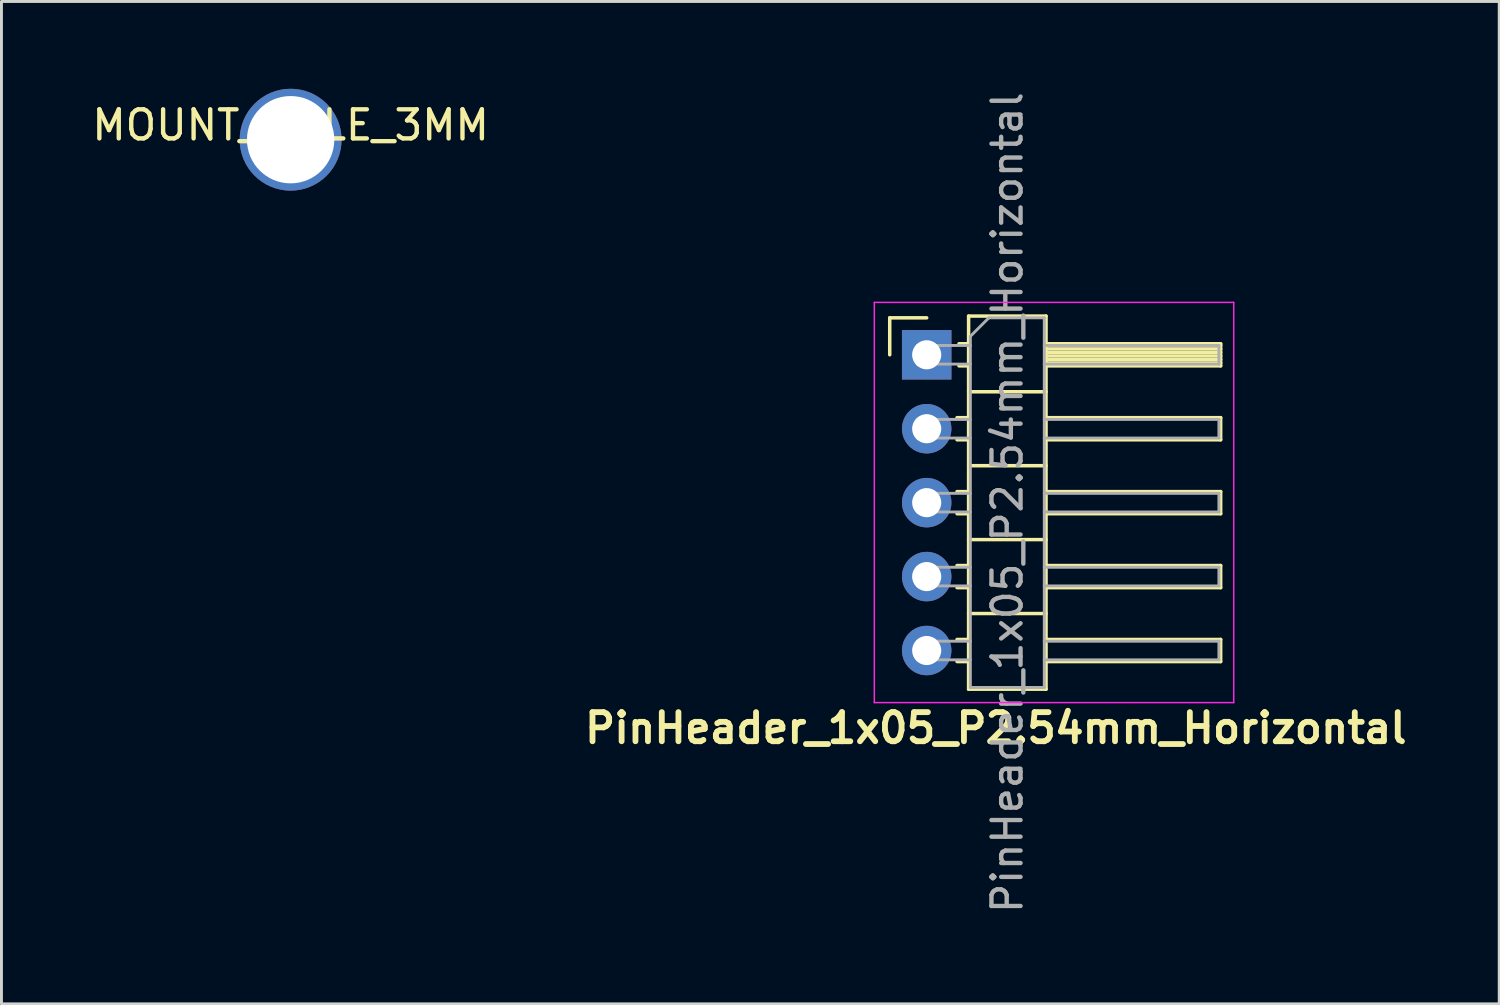
<source format=kicad_pcb>
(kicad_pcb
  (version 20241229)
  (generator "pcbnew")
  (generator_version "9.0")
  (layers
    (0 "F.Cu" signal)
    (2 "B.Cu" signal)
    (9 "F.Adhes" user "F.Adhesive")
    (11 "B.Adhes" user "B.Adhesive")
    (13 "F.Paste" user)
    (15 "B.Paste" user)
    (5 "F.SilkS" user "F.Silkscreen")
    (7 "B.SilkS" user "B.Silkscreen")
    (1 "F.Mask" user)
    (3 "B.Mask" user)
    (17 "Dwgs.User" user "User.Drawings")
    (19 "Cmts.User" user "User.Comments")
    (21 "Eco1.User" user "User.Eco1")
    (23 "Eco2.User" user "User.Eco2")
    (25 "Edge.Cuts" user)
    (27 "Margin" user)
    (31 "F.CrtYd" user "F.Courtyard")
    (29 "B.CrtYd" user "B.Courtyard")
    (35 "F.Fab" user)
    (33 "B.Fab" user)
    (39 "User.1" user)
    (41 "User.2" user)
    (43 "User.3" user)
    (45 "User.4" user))
  (footprint "MOUNT_HOLE_3MM"
    (layer "F.Cu")
    (at 6.935 1.75)
    (property "Reference" "MOUNT_HOLE_3MM" (at 0 -0.5 0) (unlocked yes) (layer "F.SilkS") (effects (font (size 1 1) (thickness 0.15))))
    (attr through_hole)
    (pad "" np_thru_hole circle (at 0 0) (size 3.5 3.5) (drill 3) (layers "*.Cu" "*.Mask")))
  (footprint "PinHeader_1x05_P2.54mm_Horizontal"
    (layer "F.Cu")
    (at 28.789 9.14)
    (property "Reference" "PinHeader_1x05_P2.54mm_Horizontal" (at 2.375 12.825 0) (layer "F.SilkS") (effects (font (size 1 1) (thickness 0.2) (bold yes))))
    (attr through_hole)
    (fp_line (start -1.27 -1.27) (end 0 -1.27) (stroke (width 0.12) (type solid)) (layer "F.SilkS"))
    (fp_line (start -1.27 0) (end -1.27 -1.27) (stroke (width 0.12) (type solid)) (layer "F.SilkS"))
    (fp_line (start 1.043 2.16) (end 1.44 2.16) (stroke (width 0.12) (type solid)) (layer "F.SilkS"))
    (fp_line (start 1.043 2.92) (end 1.44 2.92) (stroke (width 0.12) (type solid)) (layer "F.SilkS"))
    (fp_line (start 1.043 4.7) (end 1.44 4.7) (stroke (width 0.12) (type solid)) (layer "F.SilkS"))
    (fp_line (start 1.043 5.46) (end 1.44 5.46) (stroke (width 0.12) (type solid)) (layer "F.SilkS"))
    (fp_line (start 1.043 7.24) (end 1.44 7.24) (stroke (width 0.12) (type solid)) (layer "F.SilkS"))
    (fp_line (start 1.043 8) (end 1.44 8) (stroke (width 0.12) (type solid)) (layer "F.SilkS"))
    (fp_line (start 1.043 9.78) (end 1.44 9.78) (stroke (width 0.12) (type solid)) (layer "F.SilkS"))
    (fp_line (start 1.043 10.54) (end 1.44 10.54) (stroke (width 0.12) (type solid)) (layer "F.SilkS"))
    (fp_line (start 1.11 -0.38) (end 1.44 -0.38) (stroke (width 0.12) (type solid)) (layer "F.SilkS"))
    (fp_line (start 1.11 0.38) (end 1.44 0.38) (stroke (width 0.12) (type solid)) (layer "F.SilkS"))
    (fp_line (start 1.44 -1.33) (end 1.44 11.49) (stroke (width 0.12) (type solid)) (layer "F.SilkS"))
    (fp_line (start 1.44 1.27) (end 4.1 1.27) (stroke (width 0.12) (type solid)) (layer "F.SilkS"))
    (fp_line (start 1.44 3.81) (end 4.1 3.81) (stroke (width 0.12) (type solid)) (layer "F.SilkS"))
    (fp_line (start 1.44 6.35) (end 4.1 6.35) (stroke (width 0.12) (type solid)) (layer "F.SilkS"))
    (fp_line (start 1.44 8.89) (end 4.1 8.89) (stroke (width 0.12) (type solid)) (layer "F.SilkS"))
    (fp_line (start 1.44 11.49) (end 4.1 11.49) (stroke (width 0.12) (type solid)) (layer "F.SilkS"))
    (fp_line (start 4.1 -1.33) (end 1.44 -1.33) (stroke (width 0.12) (type solid)) (layer "F.SilkS"))
    (fp_line (start 4.1 -0.38) (end 10.1 -0.38) (stroke (width 0.12) (type solid)) (layer "F.SilkS"))
    (fp_line (start 4.1 -0.32) (end 10.1 -0.32) (stroke (width 0.12) (type solid)) (layer "F.SilkS"))
    (fp_line (start 4.1 -0.2) (end 10.1 -0.2) (stroke (width 0.12) (type solid)) (layer "F.SilkS"))
    (fp_line (start 4.1 -0.08) (end 10.1 -0.08) (stroke (width 0.12) (type solid)) (layer "F.SilkS"))
    (fp_line (start 4.1 0.04) (end 10.1 0.04) (stroke (width 0.12) (type solid)) (layer "F.SilkS"))
    (fp_line (start 4.1 0.16) (end 10.1 0.16) (stroke (width 0.12) (type solid)) (layer "F.SilkS"))
    (fp_line (start 4.1 0.28) (end 10.1 0.28) (stroke (width 0.12) (type solid)) (layer "F.SilkS"))
    (fp_line (start 4.1 2.16) (end 10.1 2.16) (stroke (width 0.12) (type solid)) (layer "F.SilkS"))
    (fp_line (start 4.1 4.7) (end 10.1 4.7) (stroke (width 0.12) (type solid)) (layer "F.SilkS"))
    (fp_line (start 4.1 7.24) (end 10.1 7.24) (stroke (width 0.12) (type solid)) (layer "F.SilkS"))
    (fp_line (start 4.1 9.78) (end 10.1 9.78) (stroke (width 0.12) (type solid)) (layer "F.SilkS"))
    (fp_line (start 4.1 11.49) (end 4.1 -1.33) (stroke (width 0.12) (type solid)) (layer "F.SilkS"))
    (fp_line (start 10.1 -0.38) (end 10.1 0.38) (stroke (width 0.12) (type solid)) (layer "F.SilkS"))
    (fp_line (start 10.1 0.38) (end 4.1 0.38) (stroke (width 0.12) (type solid)) (layer "F.SilkS"))
    (fp_line (start 10.1 2.16) (end 10.1 2.92) (stroke (width 0.12) (type solid)) (layer "F.SilkS"))
    (fp_line (start 10.1 2.92) (end 4.1 2.92) (stroke (width 0.12) (type solid)) (layer "F.SilkS"))
    (fp_line (start 10.1 4.7) (end 10.1 5.46) (stroke (width 0.12) (type solid)) (layer "F.SilkS"))
    (fp_line (start 10.1 5.46) (end 4.1 5.46) (stroke (width 0.12) (type solid)) (layer "F.SilkS"))
    (fp_line (start 10.1 7.24) (end 10.1 8) (stroke (width 0.12) (type solid)) (layer "F.SilkS"))
    (fp_line (start 10.1 8) (end 4.1 8) (stroke (width 0.12) (type solid)) (layer "F.SilkS"))
    (fp_line (start 10.1 9.78) (end 10.1 10.54) (stroke (width 0.12) (type solid)) (layer "F.SilkS"))
    (fp_line (start 10.1 10.54) (end 4.1 10.54) (stroke (width 0.12) (type solid)) (layer "F.SilkS"))
    (fp_line (start -1.8 -1.8) (end -1.8 11.95) (stroke (width 0.05) (type solid)) (layer "F.CrtYd"))
    (fp_line (start -1.8 11.95) (end 10.55 11.95) (stroke (width 0.05) (type solid)) (layer "F.CrtYd"))
    (fp_line (start 10.55 -1.8) (end -1.8 -1.8) (stroke (width 0.05) (type solid)) (layer "F.CrtYd"))
    (fp_line (start 10.55 11.95) (end 10.55 -1.8) (stroke (width 0.05) (type solid)) (layer "F.CrtYd"))
    (fp_line (start -0.32 -0.32) (end -0.32 0.32) (stroke (width 0.1) (type solid)) (layer "F.Fab"))
    (fp_line (start -0.32 -0.32) (end 1.5 -0.32) (stroke (width 0.1) (type solid)) (layer "F.Fab"))
    (fp_line (start -0.32 0.32) (end 1.5 0.32) (stroke (width 0.1) (type solid)) (layer "F.Fab"))
    (fp_line (start -0.32 2.22) (end -0.32 2.86) (stroke (width 0.1) (type solid)) (layer "F.Fab"))
    (fp_line (start -0.32 2.22) (end 1.5 2.22) (stroke (width 0.1) (type solid)) (layer "F.Fab"))
    (fp_line (start -0.32 2.86) (end 1.5 2.86) (stroke (width 0.1) (type solid)) (layer "F.Fab"))
    (fp_line (start -0.32 4.76) (end -0.32 5.4) (stroke (width 0.1) (type solid)) (layer "F.Fab"))
    (fp_line (start -0.32 4.76) (end 1.5 4.76) (stroke (width 0.1) (type solid)) (layer "F.Fab"))
    (fp_line (start -0.32 5.4) (end 1.5 5.4) (stroke (width 0.1) (type solid)) (layer "F.Fab"))
    (fp_line (start -0.32 7.3) (end -0.32 7.94) (stroke (width 0.1) (type solid)) (layer "F.Fab"))
    (fp_line (start -0.32 7.3) (end 1.5 7.3) (stroke (width 0.1) (type solid)) (layer "F.Fab"))
    (fp_line (start -0.32 7.94) (end 1.5 7.94) (stroke (width 0.1) (type solid)) (layer "F.Fab"))
    (fp_line (start -0.32 9.84) (end -0.32 10.48) (stroke (width 0.1) (type solid)) (layer "F.Fab"))
    (fp_line (start -0.32 9.84) (end 1.5 9.84) (stroke (width 0.1) (type solid)) (layer "F.Fab"))
    (fp_line (start -0.32 10.48) (end 1.5 10.48) (stroke (width 0.1) (type solid)) (layer "F.Fab"))
    (fp_line (start 1.5 -0.635) (end 2.135 -1.27) (stroke (width 0.1) (type solid)) (layer "F.Fab"))
    (fp_line (start 1.5 11.43) (end 1.5 -0.635) (stroke (width 0.1) (type solid)) (layer "F.Fab"))
    (fp_line (start 2.135 -1.27) (end 4.04 -1.27) (stroke (width 0.1) (type solid)) (layer "F.Fab"))
    (fp_line (start 4.04 -1.27) (end 4.04 11.43) (stroke (width 0.1) (type solid)) (layer "F.Fab"))
    (fp_line (start 4.04 -0.32) (end 10.04 -0.32) (stroke (width 0.1) (type solid)) (layer "F.Fab"))
    (fp_line (start 4.04 0.32) (end 10.04 0.32) (stroke (width 0.1) (type solid)) (layer "F.Fab"))
    (fp_line (start 4.04 2.22) (end 10.04 2.22) (stroke (width 0.1) (type solid)) (layer "F.Fab"))
    (fp_line (start 4.04 2.86) (end 10.04 2.86) (stroke (width 0.1) (type solid)) (layer "F.Fab"))
    (fp_line (start 4.04 4.76) (end 10.04 4.76) (stroke (width 0.1) (type solid)) (layer "F.Fab"))
    (fp_line (start 4.04 5.4) (end 10.04 5.4) (stroke (width 0.1) (type solid)) (layer "F.Fab"))
    (fp_line (start 4.04 7.3) (end 10.04 7.3) (stroke (width 0.1) (type solid)) (layer "F.Fab"))
    (fp_line (start 4.04 7.94) (end 10.04 7.94) (stroke (width 0.1) (type solid)) (layer "F.Fab"))
    (fp_line (start 4.04 9.84) (end 10.04 9.84) (stroke (width 0.1) (type solid)) (layer "F.Fab"))
    (fp_line (start 4.04 10.48) (end 10.04 10.48) (stroke (width 0.1) (type solid)) (layer "F.Fab"))
    (fp_line (start 4.04 11.43) (end 1.5 11.43) (stroke (width 0.1) (type solid)) (layer "F.Fab"))
    (fp_line (start 10.04 -0.32) (end 10.04 0.32) (stroke (width 0.1) (type solid)) (layer "F.Fab"))
    (fp_line (start 10.04 2.22) (end 10.04 2.86) (stroke (width 0.1) (type solid)) (layer "F.Fab"))
    (fp_line (start 10.04 4.76) (end 10.04 5.4) (stroke (width 0.1) (type solid)) (layer "F.Fab"))
    (fp_line (start 10.04 7.3) (end 10.04 7.94) (stroke (width 0.1) (type solid)) (layer "F.Fab"))
    (fp_line (start 10.04 9.84) (end 10.04 10.48) (stroke (width 0.1) (type solid)) (layer "F.Fab"))
    (fp_text user "${REFERENCE}" (at 2.77 5.08 270) (layer "F.Fab") (effects (font (size 1 1) (thickness 0.15))))
    (pad "1" thru_hole rect (at 0 0) (size 1.7 1.7) (drill 1) (layers "*.Cu" "*.Mask"))
    (pad "2" thru_hole oval (at 0 2.54) (size 1.7 1.7) (drill 1) (layers "*.Cu" "*.Mask"))
    (pad "3" thru_hole oval (at 0 5.08) (size 1.7 1.7) (drill 1) (layers "*.Cu" "*.Mask"))
    (pad "4" thru_hole oval (at 0 7.62) (size 1.7 1.7) (drill 1) (layers "*.Cu" "*.Mask"))
    (pad "5" thru_hole oval (at 0 10.16) (size 1.7 1.7) (drill 1) (layers "*.Cu" "*.Mask")))
  (gr_rect
    (start -3 -3)
    (end 48.46 31.44)
    (stroke (width 0.1) (type default))
    (fill no)
    (layer "Edge.Cuts")))
</source>
